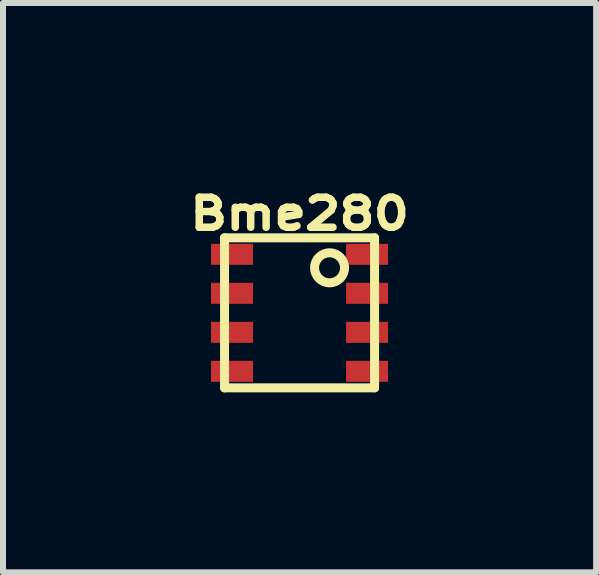
<source format=kicad_pcb>
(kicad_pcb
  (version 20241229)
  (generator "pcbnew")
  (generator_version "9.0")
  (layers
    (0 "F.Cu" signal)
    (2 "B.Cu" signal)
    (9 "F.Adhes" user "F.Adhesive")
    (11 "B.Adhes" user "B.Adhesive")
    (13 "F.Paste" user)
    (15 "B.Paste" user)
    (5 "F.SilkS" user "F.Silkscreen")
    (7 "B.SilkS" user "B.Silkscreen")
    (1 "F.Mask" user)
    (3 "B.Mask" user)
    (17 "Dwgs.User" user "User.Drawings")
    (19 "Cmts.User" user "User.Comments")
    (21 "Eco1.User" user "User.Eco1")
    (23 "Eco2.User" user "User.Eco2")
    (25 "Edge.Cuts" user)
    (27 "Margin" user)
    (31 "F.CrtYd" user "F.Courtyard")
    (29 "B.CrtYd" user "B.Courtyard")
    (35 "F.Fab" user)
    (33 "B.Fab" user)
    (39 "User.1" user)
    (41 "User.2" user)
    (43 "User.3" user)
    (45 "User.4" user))
  (footprint "Bme280"
    (layer "F.Cu")
    (at 1.942 2.163)
    (property "Reference" "Bme280" (at 0 -1.651 0) (layer "F.SilkS") (effects (font (size 0.5 0.6) (thickness 0.125))))
    (attr through_hole)
    (fp_line (start -1.25 -1.25) (end 1.25 -1.25) (stroke (width 0.15) (type solid)) (layer "F.SilkS"))
    (fp_line (start -1.25 1.25) (end -1.25 -1.25) (stroke (width 0.15) (type solid)) (layer "F.SilkS"))
    (fp_line (start 1.25 -1.25) (end 1.25 1.25) (stroke (width 0.15) (type solid)) (layer "F.SilkS"))
    (fp_line (start 1.25 1.25) (end -1.25 1.25) (stroke (width 0.15) (type solid)) (layer "F.SilkS"))
    (fp_circle (center 0.5 -0.75) (end 0.75 -0.75) (stroke (width 0.15) (type solid)) (fill no) (layer "F.SilkS"))
    (pad "1" smd rect (at 1.125 -0.975) (size 0.7 0.35) (layers "F.Cu" "F.Mask" "F.Paste"))
    (pad "2" smd rect (at 1.125 -0.325) (size 0.7 0.35) (layers "F.Cu" "F.Mask" "F.Paste"))
    (pad "3" smd rect (at 1.125 0.325) (size 0.7 0.35) (layers "F.Cu" "F.Mask" "F.Paste"))
    (pad "4" smd rect (at 1.125 0.975) (size 0.7 0.35) (layers "F.Cu" "F.Mask" "F.Paste"))
    (pad "5" smd rect (at -1.125 0.975) (size 0.7 0.35) (layers "F.Cu" "F.Mask" "F.Paste"))
    (pad "6" smd rect (at -1.125 0.325) (size 0.7 0.35) (layers "F.Cu" "F.Mask" "F.Paste"))
    (pad "7" smd rect (at -1.125 -0.325) (size 0.7 0.35) (layers "F.Cu" "F.Mask" "F.Paste"))
    (pad "8" smd rect (at -1.125 -0.975) (size 0.7 0.35) (layers "F.Cu" "F.Mask" "F.Paste")))
  (gr_rect
    (start -3 -3)
    (end 6.884 6.488)
    (stroke (width 0.1) (type default))
    (fill no)
    (layer "Edge.Cuts")))
</source>
